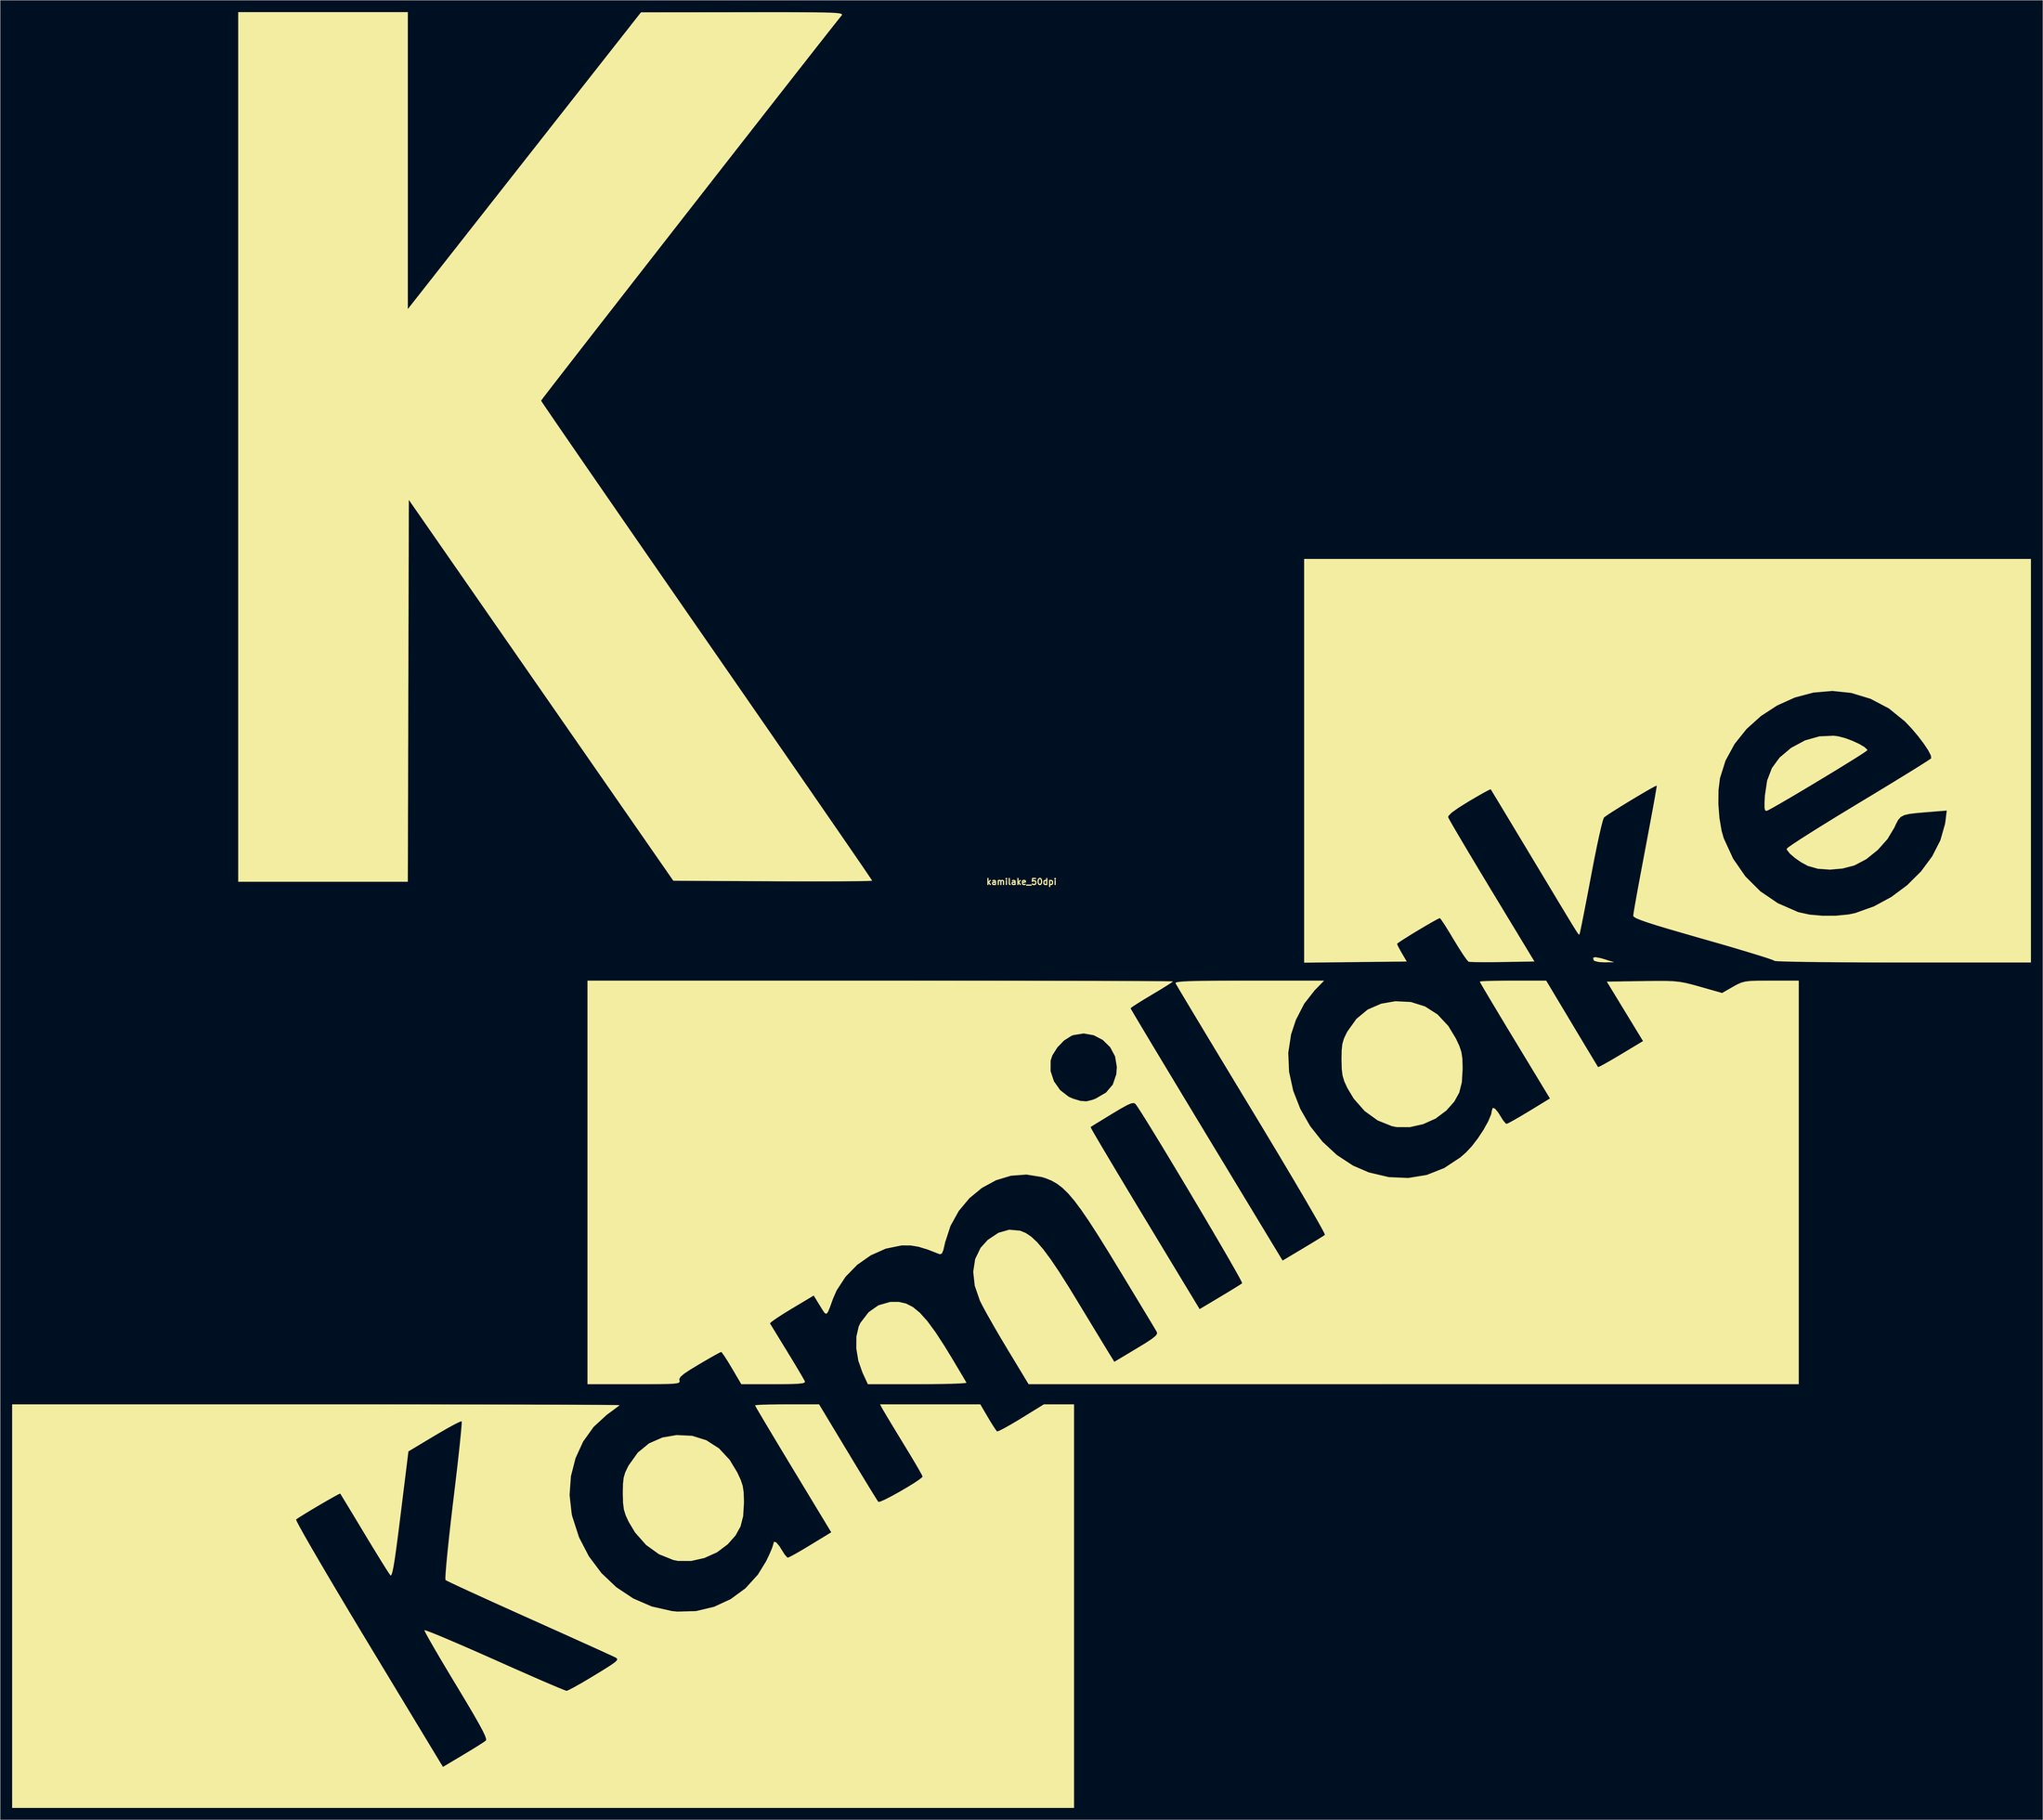
<source format=kicad_pcb>
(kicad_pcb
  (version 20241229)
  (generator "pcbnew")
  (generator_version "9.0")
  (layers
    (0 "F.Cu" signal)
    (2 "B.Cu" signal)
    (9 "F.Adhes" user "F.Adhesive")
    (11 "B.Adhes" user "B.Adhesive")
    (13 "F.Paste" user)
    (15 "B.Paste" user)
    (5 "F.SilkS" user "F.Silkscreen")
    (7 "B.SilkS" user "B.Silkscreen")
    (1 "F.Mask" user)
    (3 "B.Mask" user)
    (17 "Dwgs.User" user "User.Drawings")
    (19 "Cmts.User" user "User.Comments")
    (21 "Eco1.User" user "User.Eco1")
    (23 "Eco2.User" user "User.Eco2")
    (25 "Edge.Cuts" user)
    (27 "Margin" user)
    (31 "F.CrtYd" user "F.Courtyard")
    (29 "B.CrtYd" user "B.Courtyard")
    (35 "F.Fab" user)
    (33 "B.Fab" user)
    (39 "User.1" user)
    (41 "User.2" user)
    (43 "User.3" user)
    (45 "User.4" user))
  (footprint "kamilake_50dpi"
    (layer "F.Cu")
    (at 254.005 218.953)
    (property "Reference" "kamilake_50dpi" (at 0 0 0) (layer "F.SilkS") (effects (font (size 1.524 1.524) (thickness 0.3))))
    (attr through_hole)
    (fp_poly (pts (xy 145.809 19.252) (xy 146.631 19.492) (xy 149.098 20.249) (xy 146.715 20.285) (xy 145.234 20.199) (xy 144.214 19.942) (xy 143.997 19.778) (xy 143.822 19.149) (xy 144.404 18.976) (xy 145.809 19.252)) (stroke (width 0.01) (type solid)) (fill yes) (layer "F.SilkS"))
    (fp_poly (pts (xy -30.861 105.778) (xy -29.071 106.185) (xy -27.341 107.071) (xy -25.586 108.514) (xy -23.723 110.592) (xy -21.668 113.383) (xy -19.337 116.965) (xy -17.44 120.08) (xy -16.159 122.228) (xy -15.069 124.061) (xy -14.274 125.404) (xy -13.879 126.078) (xy -13.861 126.111) (xy -14.288 126.216) (xy -15.597 126.309) (xy -17.654 126.388) (xy -20.324 126.447) (xy -23.474 126.483) (xy -26.16 126.492) (xy -38.664 126.492) (xy -40.02 123.571) (xy -41.06 120.601) (xy -41.572 117.486) (xy -41.545 114.511) (xy -40.968 111.964) (xy -40.532 111.046) (xy -38.488 108.387) (xy -36.012 106.634) (xy -33.13 105.806) (xy -32.793 105.772) (xy -30.861 105.778)) (stroke (width 0.01) (type solid)) (fill yes) (layer "F.SilkS"))
    (fp_poly (pts (xy 205.555 -36.606) (xy 207.236 -36.167) (xy 209.055 -35.494) (xy 210.756 -34.709) (xy 212.085 -33.936) (xy 212.786 -33.294) (xy 212.836 -33.126) (xy 212.416 -32.788) (xy 211.253 -32.017) (xy 209.479 -30.892) (xy 207.229 -29.494) (xy 204.635 -27.902) (xy 201.83 -26.198) (xy 198.947 -24.462) (xy 196.12 -22.773) (xy 193.481 -21.212) (xy 191.164 -19.859) (xy 189.302 -18.794) (xy 188.029 -18.098) (xy 187.503 -17.855) (xy 187.153 -17.937) (xy 186.979 -18.52) (xy 186.962 -19.779) (xy 187.068 -21.714) (xy 187.633 -25.507) (xy 188.824 -28.621) (xy 190.75 -31.253) (xy 193.52 -33.598) (xy 193.776 -33.776) (xy 197.171 -35.59) (xy 200.78 -36.607) (xy 204.349 -36.767) (xy 205.555 -36.606)) (stroke (width 0.01) (type solid)) (fill yes) (layer "F.SilkS"))
    (fp_poly (pts (xy -82.882 139.492) (xy -79.31 140.616) (xy -76.147 142.644) (xy -73.445 145.545) (xy -71.517 148.739) (xy -70.669 150.577) (xy -70.168 152.09) (xy -69.927 153.692) (xy -69.857 155.793) (xy -69.856 156.453) (xy -70.053 159.71) (xy -70.714 162.313) (xy -71.958 164.565) (xy -73.906 166.77) (xy -73.949 166.812) (xy -76.635 168.825) (xy -79.802 170.249) (xy -83.157 170.999) (xy -86.409 170.991) (xy -87.63 170.753) (xy -91.243 169.296) (xy -94.485 166.958) (xy -97.232 163.845) (xy -98.845 161.163) (xy -99.606 159.515) (xy -100.053 158.05) (xy -100.266 156.379) (xy -100.324 154.112) (xy -100.325 153.924) (xy -100.287 151.663) (xy -100.114 150.05) (xy -99.729 148.721) (xy -99.055 147.309) (xy -98.829 146.897) (xy -96.558 143.722) (xy -93.731 141.396) (xy -90.342 139.917) (xy -86.809 139.306) (xy -82.882 139.492)) (stroke (width 0.01) (type solid)) (fill yes) (layer "F.SilkS"))
    (fp_poly (pts (xy 97.966 30.272) (xy 101.538 31.396) (xy 104.701 33.424) (xy 107.403 36.325) (xy 109.331 39.519) (xy 110.179 41.357) (xy 110.68 42.87) (xy 110.921 44.472) (xy 110.991 46.573) (xy 110.992 47.233) (xy 110.795 50.49) (xy 110.134 53.093) (xy 108.89 55.345) (xy 106.942 57.55) (xy 106.899 57.592) (xy 104.213 59.605) (xy 101.046 61.029) (xy 97.691 61.779) (xy 94.439 61.771) (xy 93.218 61.533) (xy 89.605 60.076) (xy 86.363 57.738) (xy 83.616 54.625) (xy 82.003 51.943) (xy 81.242 50.295) (xy 80.795 48.83) (xy 80.582 47.159) (xy 80.524 44.892) (xy 80.523 44.704) (xy 80.561 42.443) (xy 80.734 40.83) (xy 81.119 39.501) (xy 81.793 38.089) (xy 82.019 37.677) (xy 84.29 34.502) (xy 87.117 32.176) (xy 90.506 30.697) (xy 94.039 30.086) (xy 97.966 30.272)) (stroke (width 0.01) (type solid)) (fill yes) (layer "F.SilkS"))
    (fp_poly (pts (xy -154.432 -144.187) (xy -95.758 -218.895) (xy -70.152 -218.921) (xy -64.397 -218.926) (xy -59.578 -218.925) (xy -55.616 -218.915) (xy -52.43 -218.894) (xy -49.943 -218.859) (xy -48.073 -218.807) (xy -46.742 -218.736) (xy -45.87 -218.642) (xy -45.377 -218.523) (xy -45.183 -218.377) (xy -45.209 -218.199) (xy -45.313 -218.059) (xy -45.847 -217.402) (xy -46.943 -216.022) (xy -48.554 -213.98) (xy -50.633 -211.335) (xy -53.135 -208.147) (xy -56.012 -204.475) (xy -59.217 -200.379) (xy -62.706 -195.919) (xy -66.43 -191.154) (xy -70.344 -186.143) (xy -74.401 -180.947) (xy -78.554 -175.625) (xy -82.758 -170.236) (xy -86.965 -164.841) (xy -91.129 -159.498) (xy -95.204 -154.268) (xy -99.144 -149.21) (xy -102.9 -144.383) (xy -106.429 -139.848) (xy -109.681 -135.663) (xy -112.612 -131.889) (xy -115.175 -128.585) (xy -117.323 -125.81) (xy -119.01 -123.625) (xy -120.189 -122.089) (xy -120.813 -121.261) (xy -120.904 -121.129) (xy -120.62 -120.684) (xy -119.789 -119.451) (xy -118.444 -117.477) (xy -116.617 -114.808) (xy -114.34 -111.492) (xy -111.646 -107.576) (xy -108.566 -103.106) (xy -105.134 -98.129) (xy -101.381 -92.692) (xy -97.34 -86.842) (xy -93.043 -80.626) (xy -88.523 -74.091) (xy -83.811 -67.283) (xy -79.248 -60.694) (xy -74.386 -53.673) (xy -69.686 -46.882) (xy -65.178 -40.366) (xy -60.897 -34.172) (xy -56.873 -28.347) (xy -53.139 -22.939) (xy -49.728 -17.993) (xy -46.672 -13.558) (xy -44.002 -9.679) (xy -41.752 -6.403) (xy -39.954 -3.778) (xy -38.64 -1.85) (xy -37.842 -0.666) (xy -37.592 -0.274) (xy -38.084 -0.221) (xy -39.495 -0.176) (xy -41.728 -0.14) (xy -44.686 -0.114) (xy -48.272 -0.098) (xy -52.39 -0.093) (xy -56.942 -0.1) (xy -61.832 -0.118) (xy -62.603 -0.122) (xy -87.614 -0.254) (xy -154.178 -96.153) (xy -154.437 0) (xy -197.104 0) (xy -197.104 -218.948) (xy -154.432 -218.948) (xy -154.432 -144.187)) (stroke (width 0.01) (type solid)) (fill yes) (layer "F.SilkS"))
    (fp_poly (pts (xy 254 20.32) (xy 221.742 20.32) (xy 216.12 20.314) (xy 210.81 20.296) (xy 205.896 20.267) (xy 201.464 20.229) (xy 197.599 20.182) (xy 194.387 20.127) (xy 191.912 20.066) (xy 190.261 20) (xy 189.518 19.93) (xy 189.484 19.911) (xy 189.013 19.684) (xy 187.672 19.217) (xy 185.569 18.544) (xy 182.814 17.697) (xy 179.516 16.711) (xy 175.782 15.619) (xy 171.721 14.455) (xy 171.706 14.45) (xy 166.884 13.071) (xy 162.964 11.928) (xy 159.866 10.996) (xy 157.511 10.246) (xy 155.819 9.654) (xy 154.711 9.193) (xy 154.106 8.837) (xy 153.926 8.563) (xy 154.018 7.874) (xy 154.279 6.314) (xy 154.686 4.01) (xy 155.216 1.088) (xy 155.847 -2.325) (xy 156.556 -6.103) (xy 156.95 -8.181) (xy 157.683 -12.058) (xy 158.344 -15.602) (xy 158.912 -18.692) (xy 159.077 -19.61) (xy 175.343 -19.61) (xy 175.612 -16.054) (xy 176.163 -12.813) (xy 176.697 -10.956) (xy 179.056 -5.818) (xy 182.148 -1.343) (xy 185.924 2.417) (xy 190.331 5.412) (xy 195.318 7.591) (xy 195.58 7.677) (xy 198.265 8.264) (xy 201.521 8.556) (xy 204.947 8.545) (xy 208.142 8.228) (xy 209.781 7.887) (xy 214.483 6.212) (xy 218.887 3.827) (xy 222.879 0.851) (xy 226.342 -2.597) (xy 229.16 -6.399) (xy 231.219 -10.435) (xy 232.401 -14.587) (xy 232.525 -15.443) (xy 232.824 -17.933) (xy 228.31 -17.566) (xy 225.489 -17.329) (xy 223.494 -17.097) (xy 222.138 -16.783) (xy 221.233 -16.305) (xy 220.593 -15.578) (xy 220.032 -14.516) (xy 219.633 -13.636) (xy 217.888 -10.733) (xy 215.446 -8) (xy 212.597 -5.71) (xy 209.631 -4.138) (xy 209.549 -4.107) (xy 206.599 -3.336) (xy 203.426 -3.057) (xy 200.399 -3.273) (xy 197.884 -3.988) (xy 197.866 -3.997) (xy 196.199 -4.901) (xy 194.609 -6.001) (xy 193.336 -7.103) (xy 192.621 -8.014) (xy 192.544 -8.3) (xy 192.968 -8.681) (xy 194.174 -9.523) (xy 196.071 -10.77) (xy 198.568 -12.362) (xy 201.574 -14.244) (xy 204.998 -16.356) (xy 208.75 -18.642) (xy 210.59 -19.753) (xy 214.473 -22.099) (xy 218.083 -24.294) (xy 221.328 -26.279) (xy 224.114 -27.999) (xy 226.349 -29.394) (xy 227.941 -30.409) (xy 228.796 -30.986) (xy 228.916 -31.089) (xy 228.823 -31.808) (xy 228.16 -33.092) (xy 227.053 -34.765) (xy 225.626 -36.65) (xy 224.006 -38.572) (xy 222.318 -40.356) (xy 222.287 -40.386) (xy 218.253 -43.649) (xy 213.68 -46.057) (xy 208.788 -47.549) (xy 204.037 -48.052) (xy 199.261 -47.637) (xy 194.586 -46.388) (xy 190.138 -44.387) (xy 186.044 -41.715) (xy 182.43 -38.454) (xy 179.421 -34.687) (xy 177.145 -30.496) (xy 175.749 -26.071) (xy 175.38 -23.081) (xy 175.343 -19.61) (xy 159.077 -19.61) (xy 159.364 -21.209) (xy 159.68 -23.034) (xy 159.838 -24.048) (xy 159.849 -24.216) (xy 159.384 -24.029) (xy 158.242 -23.41) (xy 156.607 -22.469) (xy 154.659 -21.316) (xy 152.583 -20.063) (xy 150.559 -18.818) (xy 148.772 -17.693) (xy 147.402 -16.798) (xy 146.633 -16.243) (xy 146.561 -16.176) (xy 146.307 -15.516) (xy 145.903 -13.989) (xy 145.38 -11.729) (xy 144.767 -8.87) (xy 144.093 -5.546) (xy 143.388 -1.89) (xy 143.272 -1.27) (xy 142.582 2.397) (xy 141.945 5.728) (xy 141.385 8.595) (xy 140.929 10.871) (xy 140.601 12.428) (xy 140.426 13.137) (xy 140.413 13.166) (xy 140.364 13.25) (xy 140.32 13.313) (xy 140.235 13.281) (xy 140.061 13.077) (xy 139.751 12.627) (xy 139.258 11.855) (xy 138.536 10.686) (xy 137.537 9.043) (xy 136.214 6.853) (xy 134.521 4.039) (xy 132.41 0.527) (xy 129.834 -3.76) (xy 129.041 -5.08) (xy 126.71 -8.956) (xy 124.546 -12.555) (xy 122.601 -15.785) (xy 120.933 -18.554) (xy 119.596 -20.77) (xy 118.645 -22.342) (xy 118.136 -23.178) (xy 118.065 -23.29) (xy 117.604 -23.112) (xy 116.446 -22.501) (xy 114.76 -21.549) (xy 112.718 -20.351) (xy 112.536 -20.242) (xy 109.948 -18.629) (xy 108.256 -17.418) (xy 107.433 -16.587) (xy 107.347 -16.256) (xy 107.646 -15.668) (xy 108.417 -14.308) (xy 109.602 -12.272) (xy 111.145 -9.656) (xy 112.989 -6.557) (xy 115.077 -3.069) (xy 117.352 0.71) (xy 118.304 2.286) (xy 129.06 20.066) (xy 121.065 20.206) (xy 118.29 20.241) (xy 115.858 20.245) (xy 113.958 20.22) (xy 112.777 20.168) (xy 112.498 20.127) (xy 112.031 19.626) (xy 111.179 18.422) (xy 110.06 16.693) (xy 108.795 14.617) (xy 108.74 14.526) (xy 107.5 12.467) (xy 106.436 10.773) (xy 105.657 9.609) (xy 105.272 9.146) (xy 105.264 9.144) (xy 104.7 9.389) (xy 103.504 10.04) (xy 101.879 10.975) (xy 100.033 12.069) (xy 98.171 13.198) (xy 96.499 14.239) (xy 95.221 15.067) (xy 94.545 15.559) (xy 94.488 15.631) (xy 94.724 16.199) (xy 95.321 17.32) (xy 95.708 17.995) (xy 96.929 20.078) (xy 84.024 20.22) (xy 71.12 20.361) (xy 71.12 -81.28) (xy 254 -81.28) (xy 254 20.32)) (stroke (width 0.01) (type solid)) (fill yes) (layer "F.SilkS"))
    (fp_poly (pts (xy -168.732 131.573) (xy -160.287 131.577) (xy -152.181 131.584) (xy -144.469 131.592) (xy -137.206 131.603) (xy -130.447 131.616) (xy -124.248 131.63) (xy -118.664 131.647) (xy -113.75 131.665) (xy -109.561 131.684) (xy -106.153 131.704) (xy -103.581 131.726) (xy -101.899 131.748) (xy -101.164 131.772) (xy -101.134 131.778) (xy -101.618 132.158) (xy -102.704 132.973) (xy -104.17 134.059) (xy -104.423 134.245) (xy -107.7 137.263) (xy -110.323 140.944) (xy -112.237 145.128) (xy -113.391 149.66) (xy -113.73 154.382) (xy -113.201 159.136) (xy -113.062 159.766) (xy -111.356 165.044) (xy -108.879 169.832) (xy -105.719 174.049) (xy -101.963 177.615) (xy -97.701 180.451) (xy -93.021 182.476) (xy -88.011 183.611) (xy -86.595 183.756) (xy -81.883 183.622) (xy -77.37 182.549) (xy -73.186 180.612) (xy -69.464 177.884) (xy -66.334 174.441) (xy -64.276 171.086) (xy -63.425 169.302) (xy -62.793 167.816) (xy -62.494 166.902) (xy -62.484 166.81) (xy -62.275 166.152) (xy -61.715 166.34) (xy -60.905 167.308) (xy -60.391 168.148) (xy -59.621 169.361) (xy -58.99 170.088) (xy -58.807 170.18) (xy -58.224 169.929) (xy -56.964 169.246) (xy -55.21 168.234) (xy -53.148 166.998) (xy -53.121 166.981) (xy -47.878 163.783) (xy -57.467 147.924) (xy -59.656 144.297) (xy -61.67 140.948) (xy -63.449 137.976) (xy -64.936 135.479) (xy -66.072 133.555) (xy -66.798 132.302) (xy -67.056 131.819) (xy -67.056 131.819) (xy -66.576 131.735) (xy -65.252 131.663) (xy -63.253 131.609) (xy -60.75 131.578) (xy -59.001 131.572) (xy -50.947 131.572) (xy -43.681 143.637) (xy -41.769 146.805) (xy -40.018 149.693) (xy -38.499 152.185) (xy -37.284 154.165) (xy -36.442 155.517) (xy -36.045 156.124) (xy -36.034 156.138) (xy -35.501 156.043) (xy -34.317 155.518) (xy -32.687 154.68) (xy -30.815 153.648) (xy -28.907 152.538) (xy -27.166 151.469) (xy -25.798 150.558) (xy -25.007 149.922) (xy -24.892 149.739) (xy -25.145 149.203) (xy -25.847 147.947) (xy -26.915 146.119) (xy -28.262 143.863) (xy -29.641 141.59) (xy -31.217 139.006) (xy -32.642 136.654) (xy -33.817 134.701) (xy -34.642 133.311) (xy -34.993 132.698) (xy -35.596 131.572) (xy -10.371 131.572) (xy -8.44 134.874) (xy -7.465 136.492) (xy -6.663 137.735) (xy -6.188 138.366) (xy -6.153 138.394) (xy -5.614 138.224) (xy -4.387 137.603) (xy -2.643 136.623) (xy -0.553 135.379) (xy -0.087 135.093) (xy 5.624 131.572) (xy 13.208 131.572) (xy 13.208 233.172) (xy -254 233.172) (xy -254 160.561) (xy -182.557 160.561) (xy -182.374 161.049) (xy -181.702 162.334) (xy -180.584 164.347) (xy -179.06 167.019) (xy -177.17 170.278) (xy -174.955 174.055) (xy -172.456 178.281) (xy -169.714 182.885) (xy -166.77 187.797) (xy -164.294 191.904) (xy -145.591 222.86) (xy -140.487 219.814) (xy -138.414 218.561) (xy -136.634 217.455) (xy -135.347 216.622) (xy -134.772 216.207) (xy -134.717 215.831) (xy -134.981 215.024) (xy -135.601 213.714) (xy -136.615 211.831) (xy -138.062 209.302) (xy -139.982 206.056) (xy -142.282 202.234) (xy -144.287 198.902) (xy -146.104 195.846) (xy -147.668 193.176) (xy -148.918 190.999) (xy -149.79 189.424) (xy -150.223 188.56) (xy -150.258 188.432) (xy -149.779 188.545) (xy -148.476 189.033) (xy -146.452 189.855) (xy -143.807 190.968) (xy -140.644 192.328) (xy -137.065 193.893) (xy -133.171 195.62) (xy -132.6 195.875) (xy -128.645 197.637) (xy -124.971 199.26) (xy -121.683 200.7) (xy -118.887 201.91) (xy -116.687 202.844) (xy -115.191 203.458) (xy -114.503 203.705) (xy -114.48 203.708) (xy -113.852 203.455) (xy -112.529 202.76) (xy -110.683 201.716) (xy -108.482 200.417) (xy -107.458 199.798) (xy -104.991 198.284) (xy -103.291 197.201) (xy -102.253 196.456) (xy -101.773 195.961) (xy -101.746 195.624) (xy -102.066 195.356) (xy -102.21 195.277) (xy -102.908 194.946) (xy -104.432 194.245) (xy -106.683 193.22) (xy -109.56 191.916) (xy -112.964 190.379) (xy -116.792 188.654) (xy -120.946 186.786) (xy -123.952 185.437) (xy -128.239 183.509) (xy -132.243 181.699) (xy -135.866 180.052) (xy -139.014 178.611) (xy -141.591 177.42) (xy -143.501 176.523) (xy -144.647 175.964) (xy -144.946 175.797) (xy -144.98 175.217) (xy -144.896 173.741) (xy -144.707 171.479) (xy -144.422 168.543) (xy -144.053 165.043) (xy -143.61 161.091) (xy -143.105 156.798) (xy -142.978 155.743) (xy -142.456 151.391) (xy -141.988 147.36) (xy -141.585 143.759) (xy -141.259 140.699) (xy -141.022 138.289) (xy -140.884 136.641) (xy -140.859 135.865) (xy -140.87 135.82) (xy -141.38 135.969) (xy -142.598 136.567) (xy -144.366 137.528) (xy -146.528 138.77) (xy -147.719 139.478) (xy -154.287 143.417) (xy -156.248 159.337) (xy -156.825 163.948) (xy -157.309 167.626) (xy -157.712 170.444) (xy -158.046 172.481) (xy -158.325 173.811) (xy -158.56 174.51) (xy -158.765 174.655) (xy -158.805 174.623) (xy -159.23 174.019) (xy -160.093 172.676) (xy -161.31 170.726) (xy -162.799 168.303) (xy -164.478 165.541) (xy -165.356 164.084) (xy -167.067 161.241) (xy -168.598 158.703) (xy -169.873 156.596) (xy -170.817 155.044) (xy -171.353 154.172) (xy -171.446 154.028) (xy -171.896 154.218) (xy -173.011 154.82) (xy -174.59 155.715) (xy -176.433 156.785) (xy -178.339 157.912) (xy -180.105 158.978) (xy -181.531 159.863) (xy -182.416 160.451) (xy -182.557 160.561) (xy -254 160.561) (xy -254 131.572) (xy -177.461 131.572) (xy -168.732 131.573)) (stroke (width 0.01) (type solid)) (fill yes) (layer "F.SilkS"))
    (fp_poly (pts (xy -26.995 24.893) (xy -18.713 24.897) (xy -10.769 24.904) (xy -3.221 24.912) (xy 3.876 24.923) (xy 10.464 24.936) (xy 16.488 24.951) (xy 21.891 24.967) (xy 26.616 24.985) (xy 30.607 25.004) (xy 33.807 25.025) (xy 36.16 25.046) (xy 37.61 25.069) (xy 38.1 25.092) (xy 37.689 25.411) (xy 36.57 26.137) (xy 34.909 27.163) (xy 32.877 28.382) (xy 32.766 28.448) (xy 30.718 29.679) (xy 29.034 30.727) (xy 27.883 31.485) (xy 27.433 31.845) (xy 27.432 31.85) (xy 27.688 32.314) (xy 28.43 33.578) (xy 29.615 35.574) (xy 31.202 38.232) (xy 33.15 41.483) (xy 35.419 45.259) (xy 37.965 49.49) (xy 40.749 54.109) (xy 43.728 59.045) (xy 46.563 63.737) (xy 65.694 95.378) (xy 70.82 92.316) (xy 72.87 91.083) (xy 74.603 90.022) (xy 75.831 89.252) (xy 76.354 88.897) (xy 76.165 88.415) (xy 75.488 87.135) (xy 74.363 85.127) (xy 72.831 82.46) (xy 70.933 79.203) (xy 68.71 75.427) (xy 66.201 71.2) (xy 63.449 66.593) (xy 60.494 61.674) (xy 57.883 57.351) (xy 54.774 52.212) (xy 51.817 47.32) (xy 49.056 42.744) (xy 46.532 38.557) (xy 44.289 34.827) (xy 42.367 31.627) (xy 40.81 29.025) (xy 39.661 27.094) (xy 38.96 25.902) (xy 38.751 25.527) (xy 38.881 25.357) (xy 39.472 25.218) (xy 40.603 25.107) (xy 42.353 25.023) (xy 44.8 24.962) (xy 48.024 24.922) (xy 52.103 24.899) (xy 57.117 24.892) (xy 57.317 24.892) (xy 76.134 24.892) (xy 73.754 27.337) (xy 71.13 30.695) (xy 69.041 34.761) (xy 67.822 38.421) (xy 67.116 43.076) (xy 67.32 47.848) (xy 68.358 52.605) (xy 70.156 57.212) (xy 72.639 61.537) (xy 75.732 65.446) (xy 79.359 68.806) (xy 83.446 71.484) (xy 87.376 73.174) (xy 92.426 74.37) (xy 97.302 74.582) (xy 101.958 73.818) (xy 106.347 72.09) (xy 110.42 69.405) (xy 111.768 68.237) (xy 113.304 66.597) (xy 114.862 64.567) (xy 116.294 62.388) (xy 117.45 60.301) (xy 118.183 58.544) (xy 118.364 57.59) (xy 118.573 56.932) (xy 119.133 57.12) (xy 119.943 58.088) (xy 120.457 58.928) (xy 121.227 60.141) (xy 121.858 60.868) (xy 122.041 60.96) (xy 122.624 60.709) (xy 123.884 60.026) (xy 125.638 59.014) (xy 127.7 57.777) (xy 127.729 57.76) (xy 132.974 54.56) (xy 124.145 39.973) (xy 122.047 36.499) (xy 120.127 33.307) (xy 118.446 30.499) (xy 117.065 28.177) (xy 116.046 26.444) (xy 115.45 25.403) (xy 115.316 25.139) (xy 115.796 25.057) (xy 117.124 24.986) (xy 119.133 24.932) (xy 121.655 24.899) (xy 123.669 24.892) (xy 132.021 24.892) (xy 138.481 35.687) (xy 140.263 38.664) (xy 141.869 41.341) (xy 143.225 43.598) (xy 144.26 45.315) (xy 144.901 46.372) (xy 145.081 46.661) (xy 145.543 46.482) (xy 146.703 45.865) (xy 148.396 44.902) (xy 150.454 43.688) (xy 150.809 43.475) (xy 156.395 40.109) (xy 151.841 32.627) (xy 147.288 25.146) (xy 156.255 25.007) (xy 159.522 24.964) (xy 162.005 24.966) (xy 163.938 25.035) (xy 165.551 25.195) (xy 167.078 25.469) (xy 168.75 25.879) (xy 170.759 26.436) (xy 176.294 28.004) (xy 179.014 26.448) (xy 180.141 25.824) (xy 181.11 25.394) (xy 182.144 25.122) (xy 183.467 24.972) (xy 185.303 24.907) (xy 187.875 24.892) (xy 188.657 24.892) (xy 195.58 24.892) (xy 195.58 126.492) (xy 1.778 126.488) (xy -3.667 117.473) (xy -5.419 114.535) (xy -7.082 111.679) (xy -8.546 109.097) (xy -9.705 106.978) (xy -10.45 105.514) (xy -10.498 105.41) (xy -11.768 101.7) (xy -12.15 98.192) (xy -11.658 94.982) (xy -10.303 92.167) (xy -8.496 90.168) (xy -5.811 88.383) (xy -3.112 87.608) (xy -0.41 87.845) (xy -0.274 87.884) (xy 1.063 88.436) (xy 2.43 89.352) (xy 3.893 90.714) (xy 5.515 92.601) (xy 7.363 95.094) (xy 9.503 98.274) (xy 11.998 102.221) (xy 13.947 105.41) (xy 15.89 108.619) (xy 17.719 111.636) (xy 19.349 114.322) (xy 20.697 116.54) (xy 21.679 118.152) (xy 22.187 118.979) (xy 23.355 120.864) (xy 28.936 117.524) (xy 31.276 116.096) (xy 32.841 115.059) (xy 33.747 114.319) (xy 34.112 113.78) (xy 34.056 113.353) (xy 33.688 112.728) (xy 32.86 111.345) (xy 31.638 109.314) (xy 30.088 106.744) (xy 28.277 103.745) (xy 26.272 100.428) (xy 25.037 98.388) (xy 21.939 93.306) (xy 19.279 89.031) (xy 16.992 85.486) (xy 15.014 82.594) (xy 13.283 80.278) (xy 11.733 78.461) (xy 10.301 77.065) (xy 8.924 76.015) (xy 7.537 75.232) (xy 6.078 74.64) (xy 5.142 74.344) (xy 1.234 73.71) (xy -2.663 74.005) (xy -6.432 75.149) (xy -9.954 77.061) (xy -13.112 79.661) (xy -15.789 82.868) (xy -17.866 86.602) (xy -19.226 90.781) (xy -19.293 91.097) (xy -19.684 92.753) (xy -20.051 93.586) (xy -20.496 93.777) (xy -20.745 93.705) (xy -23.637 92.582) (xy -25.927 91.889) (xy -27.899 91.565) (xy -29.838 91.546) (xy -30.297 91.576) (xy -34.177 92.367) (xy -37.92 94.033) (xy -41.348 96.436) (xy -44.28 99.436) (xy -46.54 102.893) (xy -47.433 104.946) (xy -48.196 107.069) (xy -48.715 108.324) (xy -49.126 108.789) (xy -49.563 108.539) (xy -50.161 107.649) (xy -50.691 106.779) (xy -52.296 104.171) (xy -57.89 107.519) (xy -59.97 108.795) (xy -61.67 109.899) (xy -62.833 110.722) (xy -63.3 111.159) (xy -63.3 111.187) (xy -62.984 111.709) (xy -62.232 112.942) (xy -61.139 114.73) (xy -59.8 116.918) (xy -58.943 118.319) (xy -57.493 120.701) (xy -56.227 122.81) (xy -55.245 124.479) (xy -54.643 125.542) (xy -54.508 125.812) (xy -54.584 126.073) (xy -55.123 126.26) (xy -56.249 126.385) (xy -58.086 126.458) (xy -60.755 126.489) (xy -62.381 126.492) (xy -70.515 126.492) (xy -72.898 122.428) (xy -73.966 120.657) (xy -74.856 119.276) (xy -75.439 118.481) (xy -75.578 118.364) (xy -76.106 118.608) (xy -77.325 119.274) (xy -79.053 120.259) (xy -81.111 121.462) (xy -81.132 121.475) (xy -83.408 122.854) (xy -84.913 123.857) (xy -85.77 124.589) (xy -86.106 125.151) (xy -86.086 125.539) (xy -86.033 125.843) (xy -86.17 126.075) (xy -86.617 126.243) (xy -87.492 126.359) (xy -88.912 126.432) (xy -90.997 126.472) (xy -93.865 126.489) (xy -97.502 126.492) (xy -109.22 126.492) (xy -109.22 61.755) (xy 17.36 61.755) (xy 17.583 62.201) (xy 18.285 63.435) (xy 19.418 65.377) (xy 20.934 67.945) (xy 22.785 71.058) (xy 24.923 74.636) (xy 27.301 78.599) (xy 29.871 82.864) (xy 31.005 84.743) (xy 44.816 107.6) (xy 49.967 104.523) (xy 52.022 103.287) (xy 53.761 102.223) (xy 54.995 101.449) (xy 55.528 101.088) (xy 55.338 100.614) (xy 54.68 99.371) (xy 53.612 97.459) (xy 52.193 94.977) (xy 50.483 92.024) (xy 48.54 88.699) (xy 46.424 85.102) (xy 44.194 81.333) (xy 41.909 77.489) (xy 39.627 73.671) (xy 37.409 69.979) (xy 35.313 66.511) (xy 33.398 63.366) (xy 31.723 60.644) (xy 30.348 58.445) (xy 29.331 56.868) (xy 28.731 56.011) (xy 28.667 55.935) (xy 28.264 55.706) (xy 27.618 55.78) (xy 26.577 56.223) (xy 24.988 57.098) (xy 22.77 58.426) (xy 20.732 59.671) (xy 19.036 60.712) (xy 17.854 61.442) (xy 17.362 61.753) (xy 17.36 61.755) (xy -109.22 61.755) (xy -109.22 47.669) (xy 7.309 47.669) (xy 8.158 50.244) (xy 9.73 52.48) (xy 11.885 54.136) (xy 12.954 54.609) (xy 14.855 55.181) (xy 16.32 55.286) (xy 17.818 54.923) (xy 18.667 54.591) (xy 21.254 53.083) (xy 22.971 51.062) (xy 23.852 48.476) (xy 23.993 46.634) (xy 23.541 43.948) (xy 22.303 41.639) (xy 20.456 39.828) (xy 18.178 38.637) (xy 15.645 38.188) (xy 13.034 38.602) (xy 12.549 38.786) (xy 10.7 39.958) (xy 9.007 41.71) (xy 7.763 43.691) (xy 7.325 44.996) (xy 7.309 47.669) (xy -109.22 47.669) (xy -109.22 24.892) (xy -35.56 24.892) (xy -26.995 24.893)) (stroke (width 0.01) (type solid)) (fill yes) (layer "F.SilkS")))
  (gr_rect
    (start -3 -3)
    (end 511.01 455.13)
    (stroke (width 0.1) (type default))
    (fill no)
    (layer "Edge.Cuts")))
</source>
